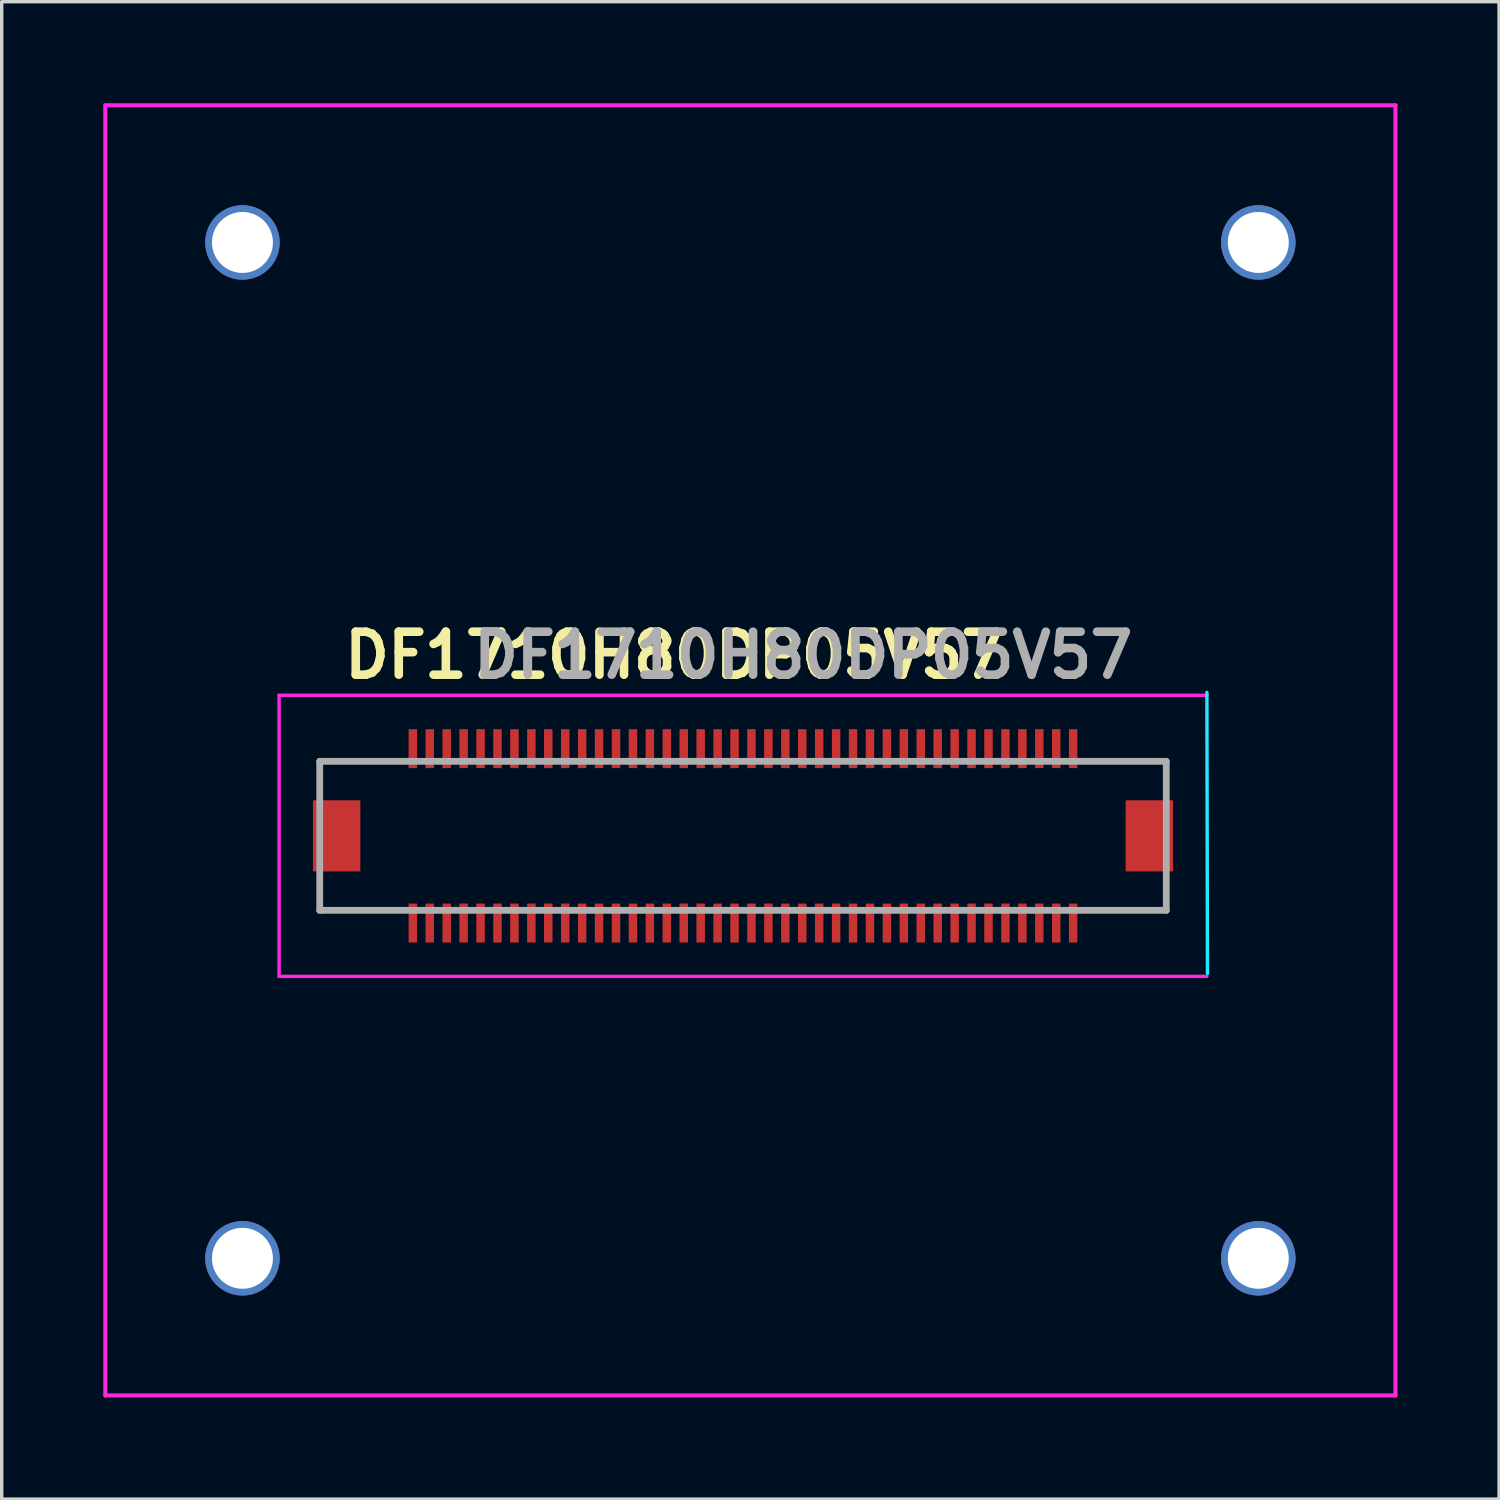
<source format=kicad_pcb>
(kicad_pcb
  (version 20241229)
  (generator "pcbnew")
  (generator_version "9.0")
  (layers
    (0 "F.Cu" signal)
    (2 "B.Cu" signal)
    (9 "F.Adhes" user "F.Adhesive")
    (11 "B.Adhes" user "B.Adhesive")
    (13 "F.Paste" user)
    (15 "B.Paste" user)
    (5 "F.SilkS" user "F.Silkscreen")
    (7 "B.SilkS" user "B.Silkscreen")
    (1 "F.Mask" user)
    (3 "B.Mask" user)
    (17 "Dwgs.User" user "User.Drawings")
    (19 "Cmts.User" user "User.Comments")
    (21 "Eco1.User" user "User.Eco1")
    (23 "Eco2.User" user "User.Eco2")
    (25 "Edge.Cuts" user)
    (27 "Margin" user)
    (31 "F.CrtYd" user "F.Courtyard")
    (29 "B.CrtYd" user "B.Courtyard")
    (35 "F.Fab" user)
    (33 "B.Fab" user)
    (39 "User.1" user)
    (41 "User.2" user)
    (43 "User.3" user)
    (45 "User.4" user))
  (footprint "DF1710H80DP05V57"
    (layer "F.Cu")
    (at 19.11 19.11)
    (property "Reference" "DF1710H80DP05V57" (at -2.25 -2.81 0) (layer "F.SilkS") (effects (font (size 1.27 1.27) (thickness 0.254))))
    (attr through_hole)
    (fp_line (start -12.718 0.324) (end -12.718 1.024) (stroke (width 0.1) (type solid)) (layer "F.SilkS"))
    (fp_line (start -12.718 4.024) (end -12.718 4.724) (stroke (width 0.1) (type solid)) (layer "F.SilkS"))
    (fp_line (start -12.718 4.724) (end -11.718 4.724) (stroke (width 0.1) (type solid)) (layer "F.SilkS"))
    (fp_line (start -10.718 0.324) (end -12.718 0.324) (stroke (width 0.1) (type solid)) (layer "F.SilkS"))
    (fp_line (start 10.282 0.324) (end 12.282 0.324) (stroke (width 0.1) (type solid)) (layer "F.SilkS"))
    (fp_line (start 12.282 0.324) (end 12.282 1.024) (stroke (width 0.1) (type solid)) (layer "F.SilkS"))
    (fp_line (start 12.282 4.024) (end 12.282 4.724) (stroke (width 0.1) (type solid)) (layer "F.SilkS"))
    (fp_line (start 12.282 4.724) (end 11.282 4.724) (stroke (width 0.1) (type solid)) (layer "F.SilkS"))
    (fp_line (start 13.482 -1.712) (end 13.498 6.588) (stroke (width 0.1) (type solid)) (layer "B.CrtYd"))
    (fp_line (start -19.05 -19.05) (end 19.05 -19.05) (stroke (width 0.12) (type solid)) (layer "F.CrtYd"))
    (fp_line (start -19.05 19.05) (end -19.05 -19.05) (stroke (width 0.12) (type solid)) (layer "F.CrtYd"))
    (fp_line (start -13.918 -1.626) (end -13.918 6.674) (stroke (width 0.1) (type solid)) (layer "F.CrtYd"))
    (fp_line (start -13.918 6.674) (end 13.482 6.674) (stroke (width 0.1) (type solid)) (layer "F.CrtYd"))
    (fp_line (start 13.482 -1.626) (end -13.918 -1.626) (stroke (width 0.1) (type solid)) (layer "F.CrtYd"))
    (fp_line (start 19.05 -19.05) (end 19.05 19.05) (stroke (width 0.12) (type solid)) (layer "F.CrtYd"))
    (fp_line (start 19.05 19.05) (end -19.05 19.05) (stroke (width 0.12) (type solid)) (layer "F.CrtYd"))
    (fp_line (start -12.718 0.324) (end -12.718 4.724) (stroke (width 0.2) (type solid)) (layer "F.Fab"))
    (fp_line (start -12.718 4.724) (end 12.282 4.724) (stroke (width 0.2) (type solid)) (layer "F.Fab"))
    (fp_line (start 12.282 0.324) (end -12.718 0.324) (stroke (width 0.2) (type solid)) (layer "F.Fab"))
    (fp_line (start 12.282 4.724) (end 12.282 0.324) (stroke (width 0.2) (type solid)) (layer "F.Fab"))
    (fp_text user "${REFERENCE}" (at 1.56 -2.81 0) (layer "F.Fab") (effects (font (size 1.27 1.27) (thickness 0.254))))
    (pad "" np_thru_hole circle (at -11.218 4.424) (size 0.001 0.001) (drill 0.65) (layers "*.Cu" "*.Mask"))
    (pad "" np_thru_hole circle (at 10.782 4.424) (size 0.001 0.001) (drill 0.65) (layers "*.Cu" "*.Mask"))
    (pad "1" smd rect (at 9.532 -0.051) (size 0.25 1.15) (layers "F.Cu" "F.Mask" "F.Paste"))
    (pad "2" smd rect (at 9.532 5.099) (size 0.25 1.15) (layers "F.Cu" "F.Mask" "F.Paste"))
    (pad "3" smd rect (at 9.032 -0.051) (size 0.25 1.15) (layers "F.Cu" "F.Mask" "F.Paste"))
    (pad "4" smd rect (at 9.032 5.099) (size 0.25 1.15) (layers "F.Cu" "F.Mask" "F.Paste"))
    (pad "5" smd rect (at 8.532 -0.051) (size 0.25 1.15) (layers "F.Cu" "F.Mask" "F.Paste"))
    (pad "6" smd rect (at 8.532 5.099) (size 0.25 1.15) (layers "F.Cu" "F.Mask" "F.Paste"))
    (pad "7" smd rect (at 8.032 -0.051) (size 0.25 1.15) (layers "F.Cu" "F.Mask" "F.Paste"))
    (pad "8" smd rect (at 8.032 5.099) (size 0.25 1.15) (layers "F.Cu" "F.Mask" "F.Paste"))
    (pad "9" smd rect (at 7.532 -0.051) (size 0.25 1.15) (layers "F.Cu" "F.Mask" "F.Paste"))
    (pad "10" smd rect (at 7.532 5.099) (size 0.25 1.15) (layers "F.Cu" "F.Mask" "F.Paste"))
    (pad "11" smd rect (at 7.032 -0.051) (size 0.25 1.15) (layers "F.Cu" "F.Mask" "F.Paste"))
    (pad "12" smd rect (at 7.032 5.099) (size 0.25 1.15) (layers "F.Cu" "F.Mask" "F.Paste"))
    (pad "13" smd rect (at 6.532 -0.051) (size 0.25 1.15) (layers "F.Cu" "F.Mask" "F.Paste"))
    (pad "14" smd rect (at 6.532 5.099) (size 0.25 1.15) (layers "F.Cu" "F.Mask" "F.Paste"))
    (pad "15" smd rect (at 6.032 -0.051) (size 0.25 1.15) (layers "F.Cu" "F.Mask" "F.Paste"))
    (pad "16" smd rect (at 6.032 5.099) (size 0.25 1.15) (layers "F.Cu" "F.Mask" "F.Paste"))
    (pad "17" smd rect (at 5.532 -0.051) (size 0.25 1.15) (layers "F.Cu" "F.Mask" "F.Paste"))
    (pad "18" smd rect (at 5.532 5.099) (size 0.25 1.15) (layers "F.Cu" "F.Mask" "F.Paste"))
    (pad "19" smd rect (at 5.032 -0.051) (size 0.25 1.15) (layers "F.Cu" "F.Mask" "F.Paste"))
    (pad "20" smd rect (at 5.032 5.099) (size 0.25 1.15) (layers "F.Cu" "F.Mask" "F.Paste"))
    (pad "21" smd rect (at 4.532 -0.051) (size 0.25 1.15) (layers "F.Cu" "F.Mask" "F.Paste"))
    (pad "22" smd rect (at 4.532 5.099) (size 0.25 1.15) (layers "F.Cu" "F.Mask" "F.Paste"))
    (pad "23" smd rect (at 4.032 -0.051) (size 0.25 1.15) (layers "F.Cu" "F.Mask" "F.Paste"))
    (pad "24" smd rect (at 4.032 5.099) (size 0.25 1.15) (layers "F.Cu" "F.Mask" "F.Paste"))
    (pad "25" smd rect (at 3.532 -0.051) (size 0.25 1.15) (layers "F.Cu" "F.Mask" "F.Paste"))
    (pad "26" smd rect (at 3.532 5.099) (size 0.25 1.15) (layers "F.Cu" "F.Mask" "F.Paste"))
    (pad "27" smd rect (at 3.032 -0.051) (size 0.25 1.15) (layers "F.Cu" "F.Mask" "F.Paste"))
    (pad "28" smd rect (at 3.032 5.099) (size 0.25 1.15) (layers "F.Cu" "F.Mask" "F.Paste"))
    (pad "29" smd rect (at 2.532 -0.051) (size 0.25 1.15) (layers "F.Cu" "F.Mask" "F.Paste"))
    (pad "30" smd rect (at 2.532 5.099) (size 0.25 1.15) (layers "F.Cu" "F.Mask" "F.Paste"))
    (pad "31" smd rect (at 2.032 -0.051) (size 0.25 1.15) (layers "F.Cu" "F.Mask" "F.Paste"))
    (pad "32" smd rect (at 2.032 5.099) (size 0.25 1.15) (layers "F.Cu" "F.Mask" "F.Paste"))
    (pad "33" smd rect (at 1.532 -0.051) (size 0.25 1.15) (layers "F.Cu" "F.Mask" "F.Paste"))
    (pad "34" smd rect (at 1.532 5.099) (size 0.25 1.15) (layers "F.Cu" "F.Mask" "F.Paste"))
    (pad "35" smd rect (at 1.032 -0.051) (size 0.25 1.15) (layers "F.Cu" "F.Mask" "F.Paste"))
    (pad "36" smd rect (at 1.032 5.099) (size 0.25 1.15) (layers "F.Cu" "F.Mask" "F.Paste"))
    (pad "37" smd rect (at 0.532 -0.051) (size 0.25 1.15) (layers "F.Cu" "F.Mask" "F.Paste"))
    (pad "38" smd rect (at 0.532 5.099) (size 0.25 1.15) (layers "F.Cu" "F.Mask" "F.Paste"))
    (pad "39" smd rect (at 0.032 -0.051) (size 0.25 1.15) (layers "F.Cu" "F.Mask" "F.Paste"))
    (pad "40" smd rect (at 0.032 5.099) (size 0.25 1.15) (layers "F.Cu" "F.Mask" "F.Paste"))
    (pad "41" smd rect (at -0.468 -0.051) (size 0.25 1.15) (layers "F.Cu" "F.Mask" "F.Paste"))
    (pad "42" smd rect (at -0.468 5.099) (size 0.25 1.15) (layers "F.Cu" "F.Mask" "F.Paste"))
    (pad "43" smd rect (at -0.968 -0.051) (size 0.25 1.15) (layers "F.Cu" "F.Mask" "F.Paste"))
    (pad "44" smd rect (at -0.968 5.099) (size 0.25 1.15) (layers "F.Cu" "F.Mask" "F.Paste"))
    (pad "45" smd rect (at -1.468 -0.051) (size 0.25 1.15) (layers "F.Cu" "F.Mask" "F.Paste"))
    (pad "46" smd rect (at -1.468 5.099) (size 0.25 1.15) (layers "F.Cu" "F.Mask" "F.Paste"))
    (pad "47" smd rect (at -1.968 -0.051) (size 0.25 1.15) (layers "F.Cu" "F.Mask" "F.Paste"))
    (pad "48" smd rect (at -1.968 5.099) (size 0.25 1.15) (layers "F.Cu" "F.Mask" "F.Paste"))
    (pad "49" smd rect (at -2.468 -0.051) (size 0.25 1.15) (layers "F.Cu" "F.Mask" "F.Paste"))
    (pad "50" smd rect (at -2.468 5.099) (size 0.25 1.15) (layers "F.Cu" "F.Mask" "F.Paste"))
    (pad "51" smd rect (at -2.968 -0.051) (size 0.25 1.15) (layers "F.Cu" "F.Mask" "F.Paste"))
    (pad "52" smd rect (at -2.968 5.099) (size 0.25 1.15) (layers "F.Cu" "F.Mask" "F.Paste"))
    (pad "53" smd rect (at -3.468 -0.051) (size 0.25 1.15) (layers "F.Cu" "F.Mask" "F.Paste"))
    (pad "54" smd rect (at -3.468 5.099) (size 0.25 1.15) (layers "F.Cu" "F.Mask" "F.Paste"))
    (pad "55" smd rect (at -3.968 -0.051) (size 0.25 1.15) (layers "F.Cu" "F.Mask" "F.Paste"))
    (pad "56" smd rect (at -3.968 5.099) (size 0.25 1.15) (layers "F.Cu" "F.Mask" "F.Paste"))
    (pad "57" smd rect (at -4.468 -0.051) (size 0.25 1.15) (layers "F.Cu" "F.Mask" "F.Paste"))
    (pad "58" smd rect (at -4.468 5.099) (size 0.25 1.15) (layers "F.Cu" "F.Mask" "F.Paste"))
    (pad "59" smd rect (at -4.968 -0.051) (size 0.25 1.15) (layers "F.Cu" "F.Mask" "F.Paste"))
    (pad "60" smd rect (at -4.968 5.099) (size 0.25 1.15) (layers "F.Cu" "F.Mask" "F.Paste"))
    (pad "61" smd rect (at -5.468 -0.051) (size 0.25 1.15) (layers "F.Cu" "F.Mask" "F.Paste"))
    (pad "62" smd rect (at -5.468 5.099) (size 0.25 1.15) (layers "F.Cu" "F.Mask" "F.Paste"))
    (pad "63" smd rect (at -5.968 -0.051) (size 0.25 1.15) (layers "F.Cu" "F.Mask" "F.Paste"))
    (pad "64" smd rect (at -5.968 5.099) (size 0.25 1.15) (layers "F.Cu" "F.Mask" "F.Paste"))
    (pad "65" smd rect (at -6.468 -0.051) (size 0.25 1.15) (layers "F.Cu" "F.Mask" "F.Paste"))
    (pad "66" smd rect (at -6.468 5.099) (size 0.25 1.15) (layers "F.Cu" "F.Mask" "F.Paste"))
    (pad "67" smd rect (at -6.968 -0.051) (size 0.25 1.15) (layers "F.Cu" "F.Mask" "F.Paste"))
    (pad "68" smd rect (at -6.968 5.099) (size 0.25 1.15) (layers "F.Cu" "F.Mask" "F.Paste"))
    (pad "69" smd rect (at -7.468 -0.051) (size 0.25 1.15) (layers "F.Cu" "F.Mask" "F.Paste"))
    (pad "70" smd rect (at -7.468 5.099) (size 0.25 1.15) (layers "F.Cu" "F.Mask" "F.Paste"))
    (pad "71" smd rect (at -7.968 -0.051) (size 0.25 1.15) (layers "F.Cu" "F.Mask" "F.Paste"))
    (pad "72" smd rect (at -7.968 5.099) (size 0.25 1.15) (layers "F.Cu" "F.Mask" "F.Paste"))
    (pad "73" smd rect (at -8.468 -0.051) (size 0.25 1.15) (layers "F.Cu" "F.Mask" "F.Paste"))
    (pad "74" smd rect (at -8.468 5.099) (size 0.25 1.15) (layers "F.Cu" "F.Mask" "F.Paste"))
    (pad "75" smd rect (at -8.968 -0.051) (size 0.25 1.15) (layers "F.Cu" "F.Mask" "F.Paste"))
    (pad "76" smd rect (at -8.968 5.099) (size 0.25 1.15) (layers "F.Cu" "F.Mask" "F.Paste"))
    (pad "77" smd rect (at -9.468 -0.051) (size 0.25 1.15) (layers "F.Cu" "F.Mask" "F.Paste"))
    (pad "78" smd rect (at -9.468 5.099) (size 0.25 1.15) (layers "F.Cu" "F.Mask" "F.Paste"))
    (pad "79" smd rect (at -9.968 -0.051) (size 0.25 1.15) (layers "F.Cu" "F.Mask" "F.Paste"))
    (pad "80" smd rect (at -9.968 5.099) (size 0.25 1.15) (layers "F.Cu" "F.Mask" "F.Paste"))
    (pad "81" smd rect (at 11.782 2.524) (size 1.4 2.1) (layers "F.Cu" "F.Mask" "F.Paste"))
    (pad "82" smd rect (at -12.218 2.524) (size 1.4 2.1) (layers "F.Cu" "F.Mask" "F.Paste"))
    (pad "~" thru_hole circle (at -15 -15) (size 2.2 2.2) (drill 1.8) (layers "*.Cu" "*.Mask"))
    (pad "~" thru_hole circle (at -15 15) (size 2.2 2.2) (drill 1.8) (layers "*.Cu" "*.Mask"))
    (pad "~" thru_hole circle (at 15 -15) (size 2.2 2.2) (drill 1.8) (layers "*.Cu" "*.Mask"))
    (pad "~" thru_hole circle (at 15 15) (size 2.2 2.2) (drill 1.8) (layers "*.Cu" "*.Mask")))
  (gr_rect
    (start -3 -3)
    (end 41.22 41.22)
    (stroke (width 0.1) (type default))
    (fill no)
    (layer "Edge.Cuts")))
</source>
